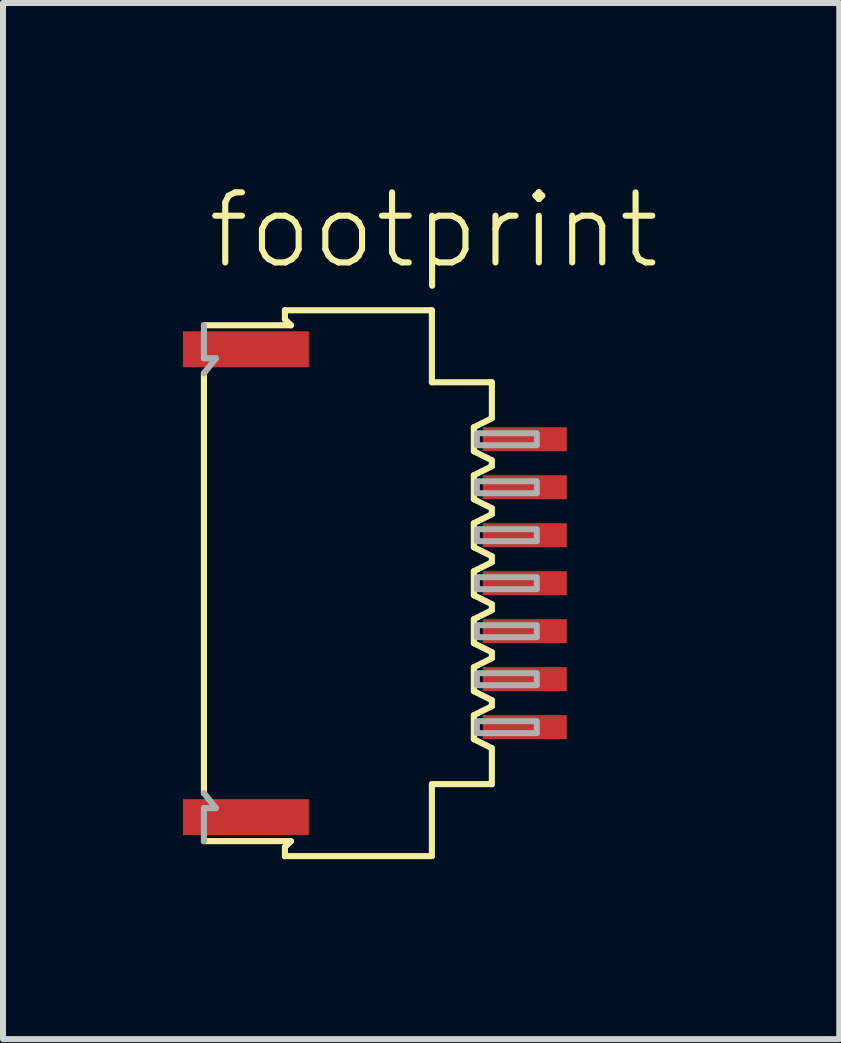
<source format=kicad_pcb>
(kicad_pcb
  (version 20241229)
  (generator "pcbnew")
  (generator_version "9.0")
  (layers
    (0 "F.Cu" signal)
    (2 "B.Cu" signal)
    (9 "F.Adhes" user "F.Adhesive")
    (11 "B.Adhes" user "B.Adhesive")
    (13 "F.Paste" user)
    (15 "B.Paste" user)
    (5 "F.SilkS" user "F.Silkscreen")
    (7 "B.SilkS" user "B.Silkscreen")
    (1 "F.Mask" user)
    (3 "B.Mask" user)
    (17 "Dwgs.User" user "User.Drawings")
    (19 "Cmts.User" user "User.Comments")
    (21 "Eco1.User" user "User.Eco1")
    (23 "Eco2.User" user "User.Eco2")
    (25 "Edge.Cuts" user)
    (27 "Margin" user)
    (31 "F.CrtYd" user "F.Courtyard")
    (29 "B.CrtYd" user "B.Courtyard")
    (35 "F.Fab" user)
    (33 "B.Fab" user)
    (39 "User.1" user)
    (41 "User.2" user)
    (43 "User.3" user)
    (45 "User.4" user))
  (footprint "footprint"
    (layer "F.Cu")
    (at 3.16 6.673)
    (property "Reference" "footprint" (at -2.8 -5.2 0) (layer "F.SilkS") (effects (font (size 1.168 1.168) (thickness 0.102)) (justify left bottom)))
    (fp_line (start -2.81 -3.5) (end -2.81 3.5) (stroke (width 0.102) (type solid)) (layer "F.SilkS"))
    (fp_line (start -1.46 -4.55) (end -1.46 -4.4) (stroke (width 0.102) (type solid)) (layer "F.SilkS"))
    (fp_line (start -1.46 -4.4) (end -1.36 -4.3) (stroke (width 0.102) (type solid)) (layer "F.SilkS"))
    (fp_line (start -1.46 4.4) (end -1.46 4.55) (stroke (width 0.102) (type solid)) (layer "F.SilkS"))
    (fp_line (start -1.36 -4.3) (end -2.81 -4.3) (stroke (width 0.102) (type solid)) (layer "F.SilkS"))
    (fp_line (start -1.36 4.3) (end -2.81 4.3) (stroke (width 0.102) (type solid)) (layer "F.SilkS"))
    (fp_line (start -1.36 4.3) (end -1.46 4.4) (stroke (width 0.102) (type solid)) (layer "F.SilkS"))
    (fp_line (start 0.99 -4.55) (end -1.46 -4.55) (stroke (width 0.102) (type solid)) (layer "F.SilkS"))
    (fp_line (start 0.99 -3.35) (end 0.99 -4.55) (stroke (width 0.102) (type solid)) (layer "F.SilkS"))
    (fp_line (start 0.99 3.35) (end 1.99 3.35) (stroke (width 0.102) (type solid)) (layer "F.SilkS"))
    (fp_line (start 0.99 4.55) (end -1.46 4.55) (stroke (width 0.102) (type solid)) (layer "F.SilkS"))
    (fp_line (start 0.99 4.55) (end 0.99 3.35) (stroke (width 0.102) (type solid)) (layer "F.SilkS"))
    (fp_line (start 1.69 -2.6) (end 1.99 -2.75) (stroke (width 0.102) (type solid)) (layer "F.SilkS"))
    (fp_line (start 1.69 -2.2) (end 1.69 -2.6) (stroke (width 0.102) (type solid)) (layer "F.SilkS"))
    (fp_line (start 1.69 -1.8) (end 1.69 -1.4) (stroke (width 0.102) (type solid)) (layer "F.SilkS"))
    (fp_line (start 1.69 -1.4) (end 1.99 -1.25) (stroke (width 0.102) (type solid)) (layer "F.SilkS"))
    (fp_line (start 1.69 -0.6) (end 1.69 -1) (stroke (width 0.102) (type solid)) (layer "F.SilkS"))
    (fp_line (start 1.69 -0.2) (end 1.69 0.2) (stroke (width 0.102) (type solid)) (layer "F.SilkS"))
    (fp_line (start 1.69 0.2) (end 1.99 0.35) (stroke (width 0.102) (type solid)) (layer "F.SilkS"))
    (fp_line (start 1.69 1) (end 1.69 0.6) (stroke (width 0.102) (type solid)) (layer "F.SilkS"))
    (fp_line (start 1.69 1.4) (end 1.69 1.8) (stroke (width 0.102) (type solid)) (layer "F.SilkS"))
    (fp_line (start 1.69 1.8) (end 1.99 1.95) (stroke (width 0.102) (type solid)) (layer "F.SilkS"))
    (fp_line (start 1.69 2.6) (end 1.69 2.2) (stroke (width 0.102) (type solid)) (layer "F.SilkS"))
    (fp_line (start 1.69 2.6) (end 1.99 2.75) (stroke (width 0.102) (type solid)) (layer "F.SilkS"))
    (fp_line (start 1.99 -3.35) (end 0.99 -3.35) (stroke (width 0.102) (type solid)) (layer "F.SilkS"))
    (fp_line (start 1.99 -2.75) (end 1.99 -3.35) (stroke (width 0.102) (type solid)) (layer "F.SilkS"))
    (fp_line (start 1.99 -2.05) (end 1.69 -2.2) (stroke (width 0.102) (type solid)) (layer "F.SilkS"))
    (fp_line (start 1.99 -2.05) (end 1.99 -1.95) (stroke (width 0.102) (type solid)) (layer "F.SilkS"))
    (fp_line (start 1.99 -1.95) (end 1.69 -1.8) (stroke (width 0.102) (type solid)) (layer "F.SilkS"))
    (fp_line (start 1.99 -1.25) (end 1.99 -1.15) (stroke (width 0.102) (type solid)) (layer "F.SilkS"))
    (fp_line (start 1.99 -1.15) (end 1.69 -1) (stroke (width 0.102) (type solid)) (layer "F.SilkS"))
    (fp_line (start 1.99 -0.45) (end 1.69 -0.6) (stroke (width 0.102) (type solid)) (layer "F.SilkS"))
    (fp_line (start 1.99 -0.45) (end 1.99 -0.35) (stroke (width 0.102) (type solid)) (layer "F.SilkS"))
    (fp_line (start 1.99 -0.35) (end 1.69 -0.2) (stroke (width 0.102) (type solid)) (layer "F.SilkS"))
    (fp_line (start 1.99 0.35) (end 1.99 0.45) (stroke (width 0.102) (type solid)) (layer "F.SilkS"))
    (fp_line (start 1.99 0.45) (end 1.69 0.6) (stroke (width 0.102) (type solid)) (layer "F.SilkS"))
    (fp_line (start 1.99 1.15) (end 1.69 1) (stroke (width 0.102) (type solid)) (layer "F.SilkS"))
    (fp_line (start 1.99 1.15) (end 1.99 1.25) (stroke (width 0.102) (type solid)) (layer "F.SilkS"))
    (fp_line (start 1.99 1.25) (end 1.69 1.4) (stroke (width 0.102) (type solid)) (layer "F.SilkS"))
    (fp_line (start 1.99 1.95) (end 1.99 2.05) (stroke (width 0.102) (type solid)) (layer "F.SilkS"))
    (fp_line (start 1.99 2.05) (end 1.69 2.2) (stroke (width 0.102) (type solid)) (layer "F.SilkS"))
    (fp_line (start 1.99 3.35) (end 1.99 2.75) (stroke (width 0.102) (type solid)) (layer "F.SilkS"))
    (fp_line (start -2.81 -4.3) (end -2.81 -3.75) (stroke (width 0.102) (type solid)) (layer "F.Fab"))
    (fp_line (start -2.81 -3.75) (end -2.61 -3.75) (stroke (width 0.102) (type solid)) (layer "F.Fab"))
    (fp_line (start -2.81 3.5) (end -2.61 3.75) (stroke (width 0.102) (type solid)) (layer "F.Fab"))
    (fp_line (start -2.81 3.75) (end -2.81 4.3) (stroke (width 0.102) (type solid)) (layer "F.Fab"))
    (fp_line (start -2.81 3.75) (end -2.61 3.75) (stroke (width 0.102) (type solid)) (layer "F.Fab"))
    (fp_line (start -2.61 -3.75) (end -2.81 -3.5) (stroke (width 0.102) (type solid)) (layer "F.Fab"))
    (fp_poly (pts (xy 1.74 -2.3) (xy 2.74 -2.3) (xy 2.74 -2.5) (xy 1.74 -2.5)) (stroke (width 0.1) (type solid)) (fill no) (layer "F.Fab"))
    (fp_poly (pts (xy 1.74 -1.5) (xy 2.74 -1.5) (xy 2.74 -1.7) (xy 1.74 -1.7)) (stroke (width 0.1) (type solid)) (fill no) (layer "F.Fab"))
    (fp_poly (pts (xy 1.74 -0.7) (xy 2.74 -0.7) (xy 2.74 -0.9) (xy 1.74 -0.9)) (stroke (width 0.1) (type solid)) (fill no) (layer "F.Fab"))
    (fp_poly (pts (xy 1.74 0.1) (xy 2.74 0.1) (xy 2.74 -0.1) (xy 1.74 -0.1)) (stroke (width 0.1) (type solid)) (fill no) (layer "F.Fab"))
    (fp_poly (pts (xy 1.74 0.9) (xy 2.74 0.9) (xy 2.74 0.7) (xy 1.74 0.7)) (stroke (width 0.1) (type solid)) (fill no) (layer "F.Fab"))
    (fp_poly (pts (xy 1.74 1.7) (xy 2.74 1.7) (xy 2.74 1.5) (xy 1.74 1.5)) (stroke (width 0.1) (type solid)) (fill no) (layer "F.Fab"))
    (fp_poly (pts (xy 1.74 2.5) (xy 2.74 2.5) (xy 2.74 2.3) (xy 1.74 2.3)) (stroke (width 0.1) (type solid)) (fill no) (layer "F.Fab"))
    (pad "1" smd rect (at 2.54 -2.4) (size 1.4 0.4) (layers "F.Cu" "F.Mask" "F.Paste"))
    (pad "2" smd rect (at 2.54 -1.6) (size 1.4 0.4) (layers "F.Cu" "F.Mask" "F.Paste"))
    (pad "3" smd rect (at 2.54 -0.8) (size 1.4 0.4) (layers "F.Cu" "F.Mask" "F.Paste"))
    (pad "4" smd rect (at 2.54 0) (size 1.4 0.4) (layers "F.Cu" "F.Mask" "F.Paste"))
    (pad "5" smd rect (at 2.54 0.8) (size 1.4 0.4) (layers "F.Cu" "F.Mask" "F.Paste"))
    (pad "6" smd rect (at 2.54 1.6) (size 1.4 0.4) (layers "F.Cu" "F.Mask" "F.Paste"))
    (pad "7" smd rect (at 2.54 2.4) (size 1.4 0.4) (layers "F.Cu" "F.Mask" "F.Paste"))
    (pad "M1" smd rect (at -2.11 -3.9) (size 2.1 0.6) (layers "F.Cu" "F.Mask" "F.Paste"))
    (pad "M2" smd rect (at -2.11 3.9) (size 2.1 0.6) (layers "F.Cu" "F.Mask" "F.Paste")))
  (gr_rect
    (start -3 -3)
    (end 10.942 14.274)
    (stroke (width 0.1) (type default))
    (fill no)
    (layer "Edge.Cuts")))
</source>
